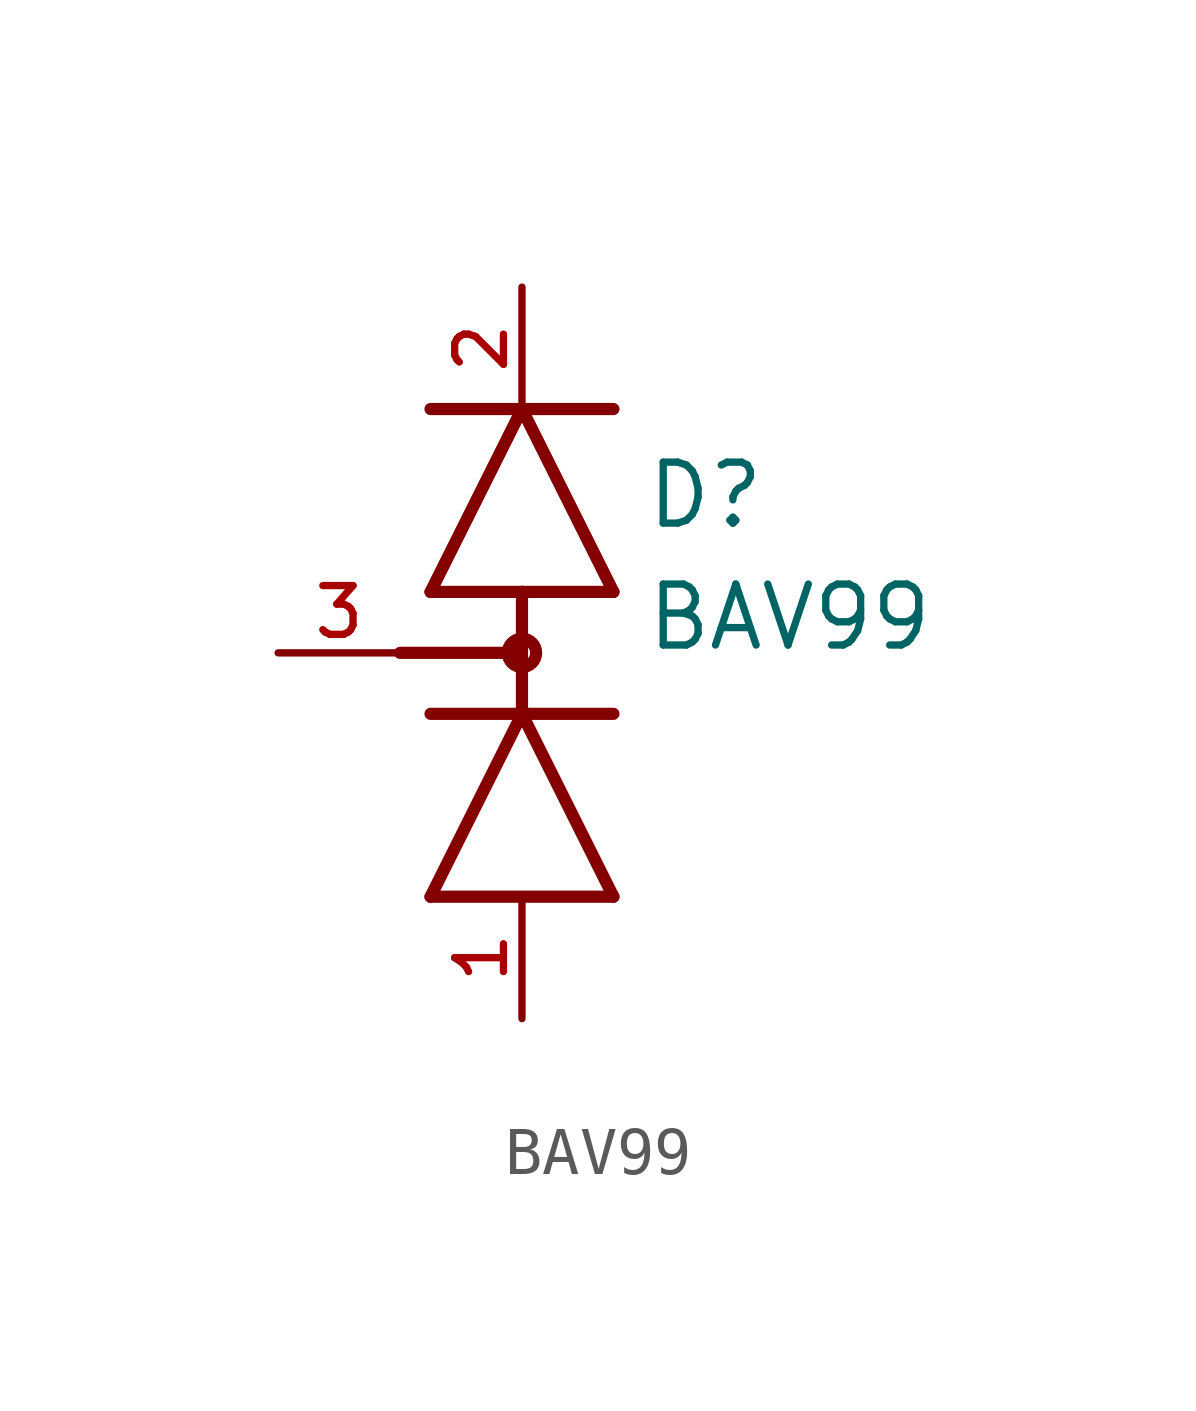
<source format=kicad_sym>
(kicad_symbol_lib
  (version 20211014)
  (generator kicad_symbol_editor)
  (symbol "BAV99"
    (pin_names
      (offset 1.016))
    (property "Reference" "D"
      (at 2.54 2.54 0)
      (effects (font (size 1.27 1.27)) (justify bottom left)))
    (property "Value" "BAV99"
      (at 2.54 0.0 0)
      (effects (font (size 1.27 1.27)) (justify bottom left)))
    (symbol "BAV99_0_0"
      (polyline (pts (xy -1.905 5.08) (xy 0.0 5.08)) (stroke (width 0.254)))
      (polyline (pts (xy 0.0 5.08) (xy 1.905 5.08)) (stroke (width 0.254)))
      (polyline (pts (xy 0.0 5.08) (xy -1.905 1.27)) (stroke (width 0.254)))
      (polyline (pts (xy -1.905 1.27) (xy 0.0 1.27)) (stroke (width 0.254)))
      (polyline (pts (xy 0.0 1.27) (xy 1.905 1.27)) (stroke (width 0.254)))
      (polyline (pts (xy 1.905 1.27) (xy 0.0 5.08)) (stroke (width 0.254)))
      (polyline (pts (xy -1.905 -1.27) (xy 0.0 -1.27)) (stroke (width 0.254)))
      (polyline (pts (xy 0.0 -1.27) (xy 1.905 -1.27)) (stroke (width 0.254)))
      (polyline (pts (xy 0.0 -1.27) (xy -1.905 -5.08)) (stroke (width 0.254)))
      (polyline (pts (xy -1.905 -5.08) (xy 1.905 -5.08)) (stroke (width 0.254)))
      (polyline (pts (xy 1.905 -5.08) (xy 0.0 -1.27)) (stroke (width 0.254)))
      (polyline (pts (xy 0.0 -1.27) (xy 0.0 0.0)) (stroke (width 0.254)))
      (polyline (pts (xy 0.0 0.0) (xy 0.0 1.27)) (stroke (width 0.254)))
      (polyline (pts (xy -2.54 0.0) (xy 0.0 0.0)) (stroke (width 0.254)))
      (circle (center 0.0 0.0) (radius 0.295) (stroke (width 0.254)) (fill (type none)))
      (pin bidirectional line (at 0.0 -7.62 90.0) (length 2.54) (name "~" (effects (font (size 1.016 1.016)))) (number "1" (effects (font (size 1.016 1.016)))))
      (pin bidirectional line (at 0.0 7.62 270.0) (length 2.54) (name "~" (effects (font (size 1.016 1.016)))) (number "2" (effects (font (size 1.016 1.016)))))
      (pin bidirectional line (at -5.08 0.0 0) (length 2.54) (name "~" (effects (font (size 1.016 1.016)))) (number "3" (effects (font (size 1.016 1.016))))))))
</source>
